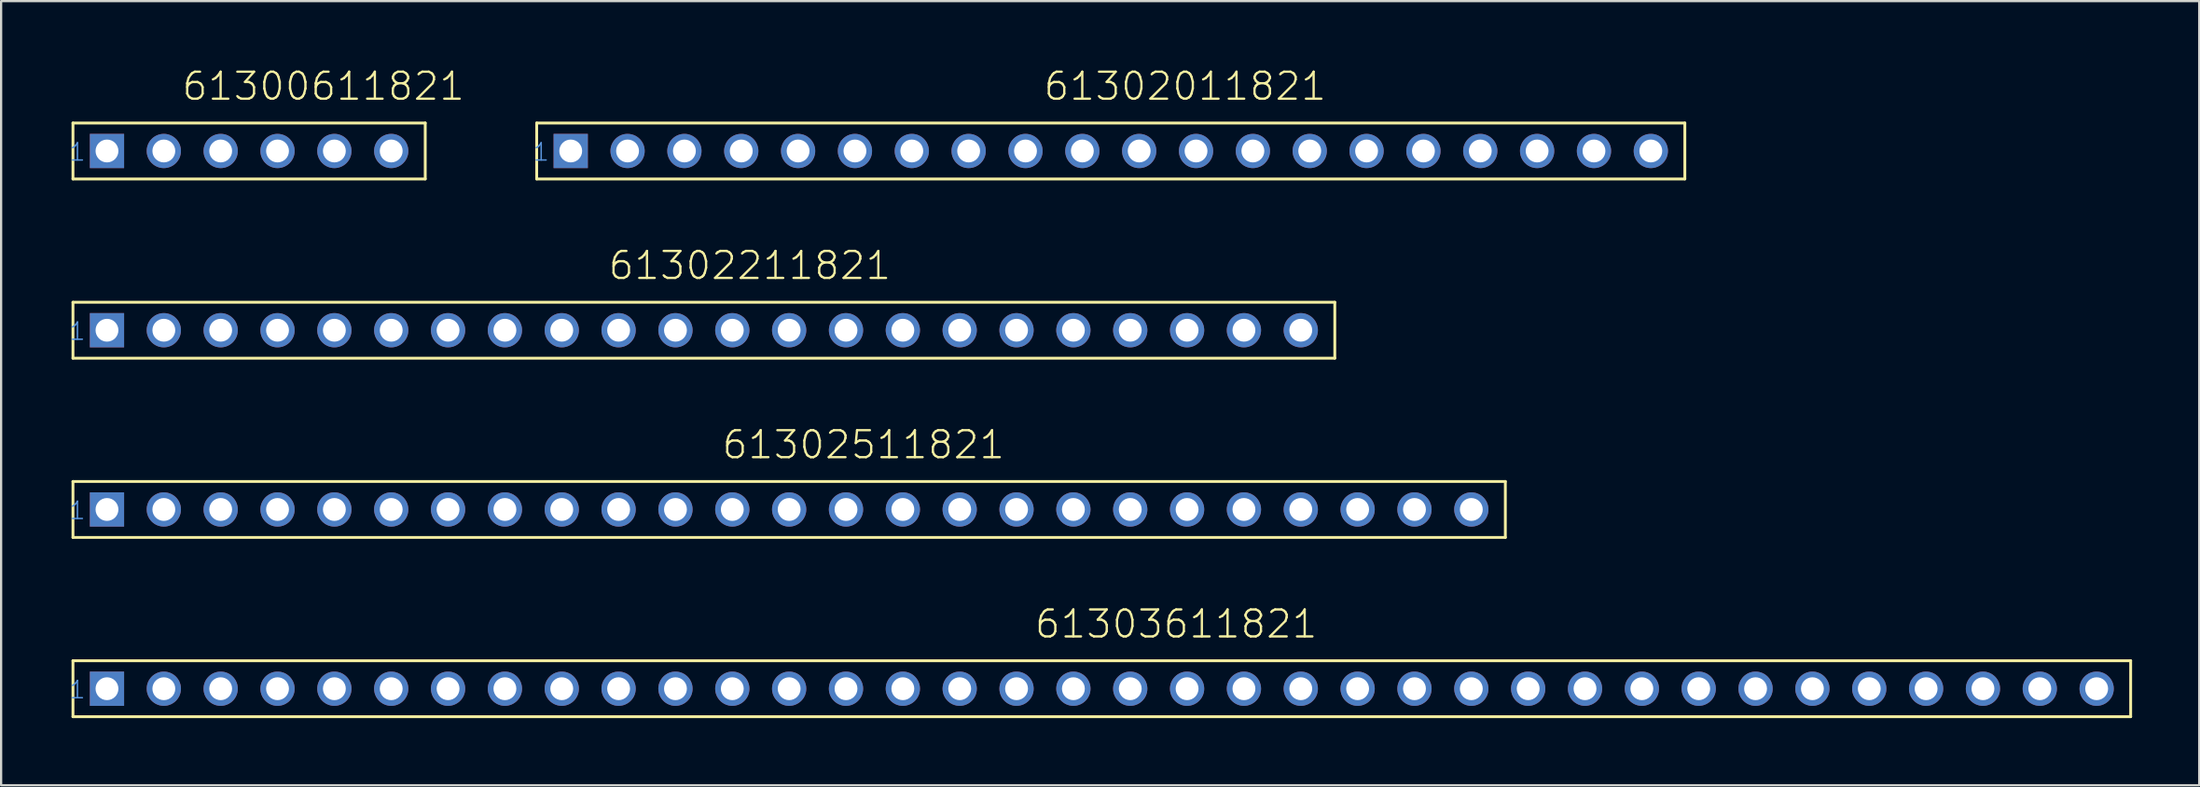
<source format=kicad_pcb>
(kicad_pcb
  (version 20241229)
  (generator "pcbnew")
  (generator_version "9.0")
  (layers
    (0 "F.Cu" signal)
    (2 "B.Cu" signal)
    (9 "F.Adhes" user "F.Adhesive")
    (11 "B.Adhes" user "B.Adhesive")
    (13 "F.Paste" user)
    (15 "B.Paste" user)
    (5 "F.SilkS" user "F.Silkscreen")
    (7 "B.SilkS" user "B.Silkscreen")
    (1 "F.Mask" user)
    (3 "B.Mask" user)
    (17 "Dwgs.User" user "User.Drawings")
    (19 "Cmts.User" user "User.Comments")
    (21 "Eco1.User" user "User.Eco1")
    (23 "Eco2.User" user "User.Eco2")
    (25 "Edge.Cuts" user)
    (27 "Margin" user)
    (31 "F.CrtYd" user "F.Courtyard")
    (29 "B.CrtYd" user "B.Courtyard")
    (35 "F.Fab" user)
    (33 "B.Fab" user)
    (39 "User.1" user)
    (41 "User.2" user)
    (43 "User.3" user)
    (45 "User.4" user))
  (footprint "61302211821"
    (layer "F.Cu")
    (at 28.4 11.707)
    (property "Reference" "61302211821" (at -4.333 -2.185 0) (layer "F.SilkS") (effects (font (size 1.206 1.206) (thickness 0.102)) (justify left bottom)))
    (attr through_hole)
    (fp_line (start -28.19 -1.25) (end -28.19 1.25) (stroke (width 0.127) (type solid)) (layer "F.SilkS"))
    (fp_line (start -28.19 1.25) (end 28.19 1.25) (stroke (width 0.127) (type solid)) (layer "F.SilkS"))
    (fp_line (start 28.19 -1.25) (end -28.19 -1.25) (stroke (width 0.127) (type solid)) (layer "F.SilkS"))
    (fp_line (start 28.19 1.25) (end 28.19 -1.25) (stroke (width 0.127) (type solid)) (layer "F.SilkS"))
    (fp_text user "1" (at -28.4 0.5 0) (layer "Cmts.User") (effects (font (size 0.772 0.772) (thickness 0.065)) (justify left bottom)))
    (pad "1" thru_hole rect (at -26.67 0) (size 1.53 1.53) (drill 1.02) (layers "*.Cu" "*.Mask"))
    (pad "2" thru_hole circle (at -24.13 0) (size 1.53 1.53) (drill 1.02) (layers "*.Cu" "*.Mask"))
    (pad "3" thru_hole circle (at -21.59 0) (size 1.53 1.53) (drill 1.02) (layers "*.Cu" "*.Mask"))
    (pad "4" thru_hole circle (at -19.05 0) (size 1.53 1.53) (drill 1.02) (layers "*.Cu" "*.Mask"))
    (pad "5" thru_hole circle (at -16.51 0) (size 1.53 1.53) (drill 1.02) (layers "*.Cu" "*.Mask"))
    (pad "6" thru_hole circle (at -13.97 0) (size 1.53 1.53) (drill 1.02) (layers "*.Cu" "*.Mask"))
    (pad "7" thru_hole circle (at -11.43 0) (size 1.53 1.53) (drill 1.02) (layers "*.Cu" "*.Mask"))
    (pad "8" thru_hole circle (at -8.89 0) (size 1.53 1.53) (drill 1.02) (layers "*.Cu" "*.Mask"))
    (pad "9" thru_hole circle (at -6.35 0) (size 1.53 1.53) (drill 1.02) (layers "*.Cu" "*.Mask"))
    (pad "10" thru_hole circle (at -3.81 0) (size 1.53 1.53) (drill 1.02) (layers "*.Cu" "*.Mask"))
    (pad "11" thru_hole circle (at -1.27 0) (size 1.53 1.53) (drill 1.02) (layers "*.Cu" "*.Mask"))
    (pad "12" thru_hole circle (at 1.27 0) (size 1.53 1.53) (drill 1.02) (layers "*.Cu" "*.Mask"))
    (pad "13" thru_hole circle (at 3.81 0) (size 1.53 1.53) (drill 1.02) (layers "*.Cu" "*.Mask"))
    (pad "14" thru_hole circle (at 6.35 0) (size 1.53 1.53) (drill 1.02) (layers "*.Cu" "*.Mask"))
    (pad "15" thru_hole circle (at 8.89 0) (size 1.53 1.53) (drill 1.02) (layers "*.Cu" "*.Mask"))
    (pad "16" thru_hole circle (at 11.43 0) (size 1.53 1.53) (drill 1.02) (layers "*.Cu" "*.Mask"))
    (pad "17" thru_hole circle (at 13.97 0) (size 1.53 1.53) (drill 1.02) (layers "*.Cu" "*.Mask"))
    (pad "18" thru_hole circle (at 16.51 0) (size 1.53 1.53) (drill 1.02) (layers "*.Cu" "*.Mask"))
    (pad "19" thru_hole circle (at 19.05 0) (size 1.53 1.53) (drill 1.02) (layers "*.Cu" "*.Mask"))
    (pad "20" thru_hole circle (at 21.59 0) (size 1.53 1.53) (drill 1.02) (layers "*.Cu" "*.Mask"))
    (pad "21" thru_hole circle (at 24.13 0) (size 1.53 1.53) (drill 1.02) (layers "*.Cu" "*.Mask"))
    (pad "22" thru_hole circle (at 26.67 0) (size 1.53 1.53) (drill 1.02) (layers "*.Cu" "*.Mask")))
  (footprint "61302511821"
    (layer "F.Cu")
    (at 32.21 19.717)
    (property "Reference" "61302511821" (at -3.063 -2.185 0) (layer "F.SilkS") (effects (font (size 1.206 1.206) (thickness 0.102)) (justify left bottom)))
    (attr through_hole)
    (fp_line (start -32 -1.25) (end -32 1.25) (stroke (width 0.127) (type solid)) (layer "F.SilkS"))
    (fp_line (start -32 1.25) (end 32 1.25) (stroke (width 0.127) (type solid)) (layer "F.SilkS"))
    (fp_line (start 32 -1.25) (end -32 -1.25) (stroke (width 0.127) (type solid)) (layer "F.SilkS"))
    (fp_line (start 32 1.25) (end 32 -1.25) (stroke (width 0.127) (type solid)) (layer "F.SilkS"))
    (fp_text user "1" (at -32.21 0.5 0) (layer "Cmts.User") (effects (font (size 0.772 0.772) (thickness 0.065)) (justify left bottom)))
    (pad "1" thru_hole rect (at -30.48 0) (size 1.53 1.53) (drill 1.02) (layers "*.Cu" "*.Mask"))
    (pad "2" thru_hole circle (at -27.94 0) (size 1.53 1.53) (drill 1.02) (layers "*.Cu" "*.Mask"))
    (pad "3" thru_hole circle (at -25.4 0) (size 1.53 1.53) (drill 1.02) (layers "*.Cu" "*.Mask"))
    (pad "4" thru_hole circle (at -22.86 0) (size 1.53 1.53) (drill 1.02) (layers "*.Cu" "*.Mask"))
    (pad "5" thru_hole circle (at -20.32 0) (size 1.53 1.53) (drill 1.02) (layers "*.Cu" "*.Mask"))
    (pad "6" thru_hole circle (at -17.78 0) (size 1.53 1.53) (drill 1.02) (layers "*.Cu" "*.Mask"))
    (pad "7" thru_hole circle (at -15.24 0) (size 1.53 1.53) (drill 1.02) (layers "*.Cu" "*.Mask"))
    (pad "8" thru_hole circle (at -12.7 0) (size 1.53 1.53) (drill 1.02) (layers "*.Cu" "*.Mask"))
    (pad "9" thru_hole circle (at -10.16 0) (size 1.53 1.53) (drill 1.02) (layers "*.Cu" "*.Mask"))
    (pad "10" thru_hole circle (at -7.62 0) (size 1.53 1.53) (drill 1.02) (layers "*.Cu" "*.Mask"))
    (pad "11" thru_hole circle (at -5.08 0) (size 1.53 1.53) (drill 1.02) (layers "*.Cu" "*.Mask"))
    (pad "12" thru_hole circle (at -2.54 0) (size 1.53 1.53) (drill 1.02) (layers "*.Cu" "*.Mask"))
    (pad "13" thru_hole circle (at 0 0) (size 1.53 1.53) (drill 1.02) (layers "*.Cu" "*.Mask"))
    (pad "14" thru_hole circle (at 2.54 0) (size 1.53 1.53) (drill 1.02) (layers "*.Cu" "*.Mask"))
    (pad "15" thru_hole circle (at 5.08 0) (size 1.53 1.53) (drill 1.02) (layers "*.Cu" "*.Mask"))
    (pad "16" thru_hole circle (at 7.62 0) (size 1.53 1.53) (drill 1.02) (layers "*.Cu" "*.Mask"))
    (pad "17" thru_hole circle (at 10.16 0) (size 1.53 1.53) (drill 1.02) (layers "*.Cu" "*.Mask"))
    (pad "18" thru_hole circle (at 12.7 0) (size 1.53 1.53) (drill 1.02) (layers "*.Cu" "*.Mask"))
    (pad "19" thru_hole circle (at 15.24 0) (size 1.53 1.53) (drill 1.02) (layers "*.Cu" "*.Mask"))
    (pad "20" thru_hole circle (at 17.78 0) (size 1.53 1.53) (drill 1.02) (layers "*.Cu" "*.Mask"))
    (pad "21" thru_hole circle (at 20.32 0) (size 1.53 1.53) (drill 1.02) (layers "*.Cu" "*.Mask"))
    (pad "22" thru_hole circle (at 22.86 0) (size 1.53 1.53) (drill 1.02) (layers "*.Cu" "*.Mask"))
    (pad "23" thru_hole circle (at 25.4 0) (size 1.53 1.53) (drill 1.02) (layers "*.Cu" "*.Mask"))
    (pad "24" thru_hole circle (at 27.94 0) (size 1.53 1.53) (drill 1.02) (layers "*.Cu" "*.Mask"))
    (pad "25" thru_hole circle (at 30.48 0) (size 1.53 1.53) (drill 1.02) (layers "*.Cu" "*.Mask")))
  (footprint "61302011821"
    (layer "F.Cu")
    (at 46.58 3.697)
    (property "Reference" "61302011821" (at -3.063 -2.185 0) (layer "F.SilkS") (effects (font (size 1.206 1.206) (thickness 0.102)) (justify left bottom)))
    (attr through_hole)
    (fp_line (start -25.65 -1.25) (end -25.65 1.25) (stroke (width 0.127) (type solid)) (layer "F.SilkS"))
    (fp_line (start -25.65 1.25) (end 25.65 1.25) (stroke (width 0.127) (type solid)) (layer "F.SilkS"))
    (fp_line (start 25.65 -1.25) (end -25.65 -1.25) (stroke (width 0.127) (type solid)) (layer "F.SilkS"))
    (fp_line (start 25.65 1.25) (end 25.65 -1.25) (stroke (width 0.127) (type solid)) (layer "F.SilkS"))
    (fp_text user "1" (at -25.86 0.5 0) (layer "Cmts.User") (effects (font (size 0.772 0.772) (thickness 0.065)) (justify left bottom)))
    (pad "1" thru_hole rect (at -24.13 0) (size 1.53 1.53) (drill 1.02) (layers "*.Cu" "*.Mask"))
    (pad "2" thru_hole circle (at -21.59 0) (size 1.53 1.53) (drill 1.02) (layers "*.Cu" "*.Mask"))
    (pad "3" thru_hole circle (at -19.05 0) (size 1.53 1.53) (drill 1.02) (layers "*.Cu" "*.Mask"))
    (pad "4" thru_hole circle (at -16.51 0) (size 1.53 1.53) (drill 1.02) (layers "*.Cu" "*.Mask"))
    (pad "5" thru_hole circle (at -13.97 0) (size 1.53 1.53) (drill 1.02) (layers "*.Cu" "*.Mask"))
    (pad "6" thru_hole circle (at -11.43 0) (size 1.53 1.53) (drill 1.02) (layers "*.Cu" "*.Mask"))
    (pad "7" thru_hole circle (at -8.89 0) (size 1.53 1.53) (drill 1.02) (layers "*.Cu" "*.Mask"))
    (pad "8" thru_hole circle (at -6.35 0) (size 1.53 1.53) (drill 1.02) (layers "*.Cu" "*.Mask"))
    (pad "9" thru_hole circle (at -3.81 0) (size 1.53 1.53) (drill 1.02) (layers "*.Cu" "*.Mask"))
    (pad "10" thru_hole circle (at -1.27 0) (size 1.53 1.53) (drill 1.02) (layers "*.Cu" "*.Mask"))
    (pad "11" thru_hole circle (at 1.27 0) (size 1.53 1.53) (drill 1.02) (layers "*.Cu" "*.Mask"))
    (pad "12" thru_hole circle (at 3.81 0) (size 1.53 1.53) (drill 1.02) (layers "*.Cu" "*.Mask"))
    (pad "13" thru_hole circle (at 6.35 0) (size 1.53 1.53) (drill 1.02) (layers "*.Cu" "*.Mask"))
    (pad "14" thru_hole circle (at 8.89 0) (size 1.53 1.53) (drill 1.02) (layers "*.Cu" "*.Mask"))
    (pad "15" thru_hole circle (at 11.43 0) (size 1.53 1.53) (drill 1.02) (layers "*.Cu" "*.Mask"))
    (pad "16" thru_hole circle (at 13.97 0) (size 1.53 1.53) (drill 1.02) (layers "*.Cu" "*.Mask"))
    (pad "17" thru_hole circle (at 16.51 0) (size 1.53 1.53) (drill 1.02) (layers "*.Cu" "*.Mask"))
    (pad "18" thru_hole circle (at 19.05 0) (size 1.53 1.53) (drill 1.02) (layers "*.Cu" "*.Mask"))
    (pad "19" thru_hole circle (at 21.59 0) (size 1.53 1.53) (drill 1.02) (layers "*.Cu" "*.Mask"))
    (pad "20" thru_hole circle (at 24.13 0) (size 1.53 1.53) (drill 1.02) (layers "*.Cu" "*.Mask")))
  (footprint "61303611821"
    (layer "F.Cu")
    (at 46.18 27.727)
    (property "Reference" "61303611821" (at -3.063 -2.185 0) (layer "F.SilkS") (effects (font (size 1.206 1.206) (thickness 0.102)) (justify left bottom)))
    (attr through_hole)
    (fp_line (start -45.97 -1.25) (end -45.97 1.25) (stroke (width 0.127) (type solid)) (layer "F.SilkS"))
    (fp_line (start -45.97 1.25) (end 45.97 1.25) (stroke (width 0.127) (type solid)) (layer "F.SilkS"))
    (fp_line (start 45.97 -1.25) (end -45.97 -1.25) (stroke (width 0.127) (type solid)) (layer "F.SilkS"))
    (fp_line (start 45.97 1.25) (end 45.97 -1.25) (stroke (width 0.127) (type solid)) (layer "F.SilkS"))
    (fp_text user "1" (at -46.18 0.5 0) (layer "Cmts.User") (effects (font (size 0.772 0.772) (thickness 0.065)) (justify left bottom)))
    (pad "1" thru_hole rect (at -44.45 0) (size 1.53 1.53) (drill 1.02) (layers "*.Cu" "*.Mask"))
    (pad "2" thru_hole circle (at -41.91 0) (size 1.53 1.53) (drill 1.02) (layers "*.Cu" "*.Mask"))
    (pad "3" thru_hole circle (at -39.37 0) (size 1.53 1.53) (drill 1.02) (layers "*.Cu" "*.Mask"))
    (pad "4" thru_hole circle (at -36.83 0) (size 1.53 1.53) (drill 1.02) (layers "*.Cu" "*.Mask"))
    (pad "5" thru_hole circle (at -34.29 0) (size 1.53 1.53) (drill 1.02) (layers "*.Cu" "*.Mask"))
    (pad "6" thru_hole circle (at -31.75 0) (size 1.53 1.53) (drill 1.02) (layers "*.Cu" "*.Mask"))
    (pad "7" thru_hole circle (at -29.21 0) (size 1.53 1.53) (drill 1.02) (layers "*.Cu" "*.Mask"))
    (pad "8" thru_hole circle (at -26.67 0) (size 1.53 1.53) (drill 1.02) (layers "*.Cu" "*.Mask"))
    (pad "9" thru_hole circle (at -24.13 0) (size 1.53 1.53) (drill 1.02) (layers "*.Cu" "*.Mask"))
    (pad "10" thru_hole circle (at -21.59 0) (size 1.53 1.53) (drill 1.02) (layers "*.Cu" "*.Mask"))
    (pad "11" thru_hole circle (at -19.05 0) (size 1.53 1.53) (drill 1.02) (layers "*.Cu" "*.Mask"))
    (pad "12" thru_hole circle (at -16.51 0) (size 1.53 1.53) (drill 1.02) (layers "*.Cu" "*.Mask"))
    (pad "13" thru_hole circle (at -13.97 0) (size 1.53 1.53) (drill 1.02) (layers "*.Cu" "*.Mask"))
    (pad "14" thru_hole circle (at -11.43 0) (size 1.53 1.53) (drill 1.02) (layers "*.Cu" "*.Mask"))
    (pad "15" thru_hole circle (at -8.89 0) (size 1.53 1.53) (drill 1.02) (layers "*.Cu" "*.Mask"))
    (pad "16" thru_hole circle (at -6.35 0) (size 1.53 1.53) (drill 1.02) (layers "*.Cu" "*.Mask"))
    (pad "17" thru_hole circle (at -3.81 0) (size 1.53 1.53) (drill 1.02) (layers "*.Cu" "*.Mask"))
    (pad "18" thru_hole circle (at -1.27 0) (size 1.53 1.53) (drill 1.02) (layers "*.Cu" "*.Mask"))
    (pad "19" thru_hole circle (at 1.27 0) (size 1.53 1.53) (drill 1.02) (layers "*.Cu" "*.Mask"))
    (pad "20" thru_hole circle (at 3.81 0) (size 1.53 1.53) (drill 1.02) (layers "*.Cu" "*.Mask"))
    (pad "21" thru_hole circle (at 6.35 0) (size 1.53 1.53) (drill 1.02) (layers "*.Cu" "*.Mask"))
    (pad "22" thru_hole circle (at 8.89 0) (size 1.53 1.53) (drill 1.02) (layers "*.Cu" "*.Mask"))
    (pad "23" thru_hole circle (at 11.43 0) (size 1.53 1.53) (drill 1.02) (layers "*.Cu" "*.Mask"))
    (pad "24" thru_hole circle (at 13.97 0) (size 1.53 1.53) (drill 1.02) (layers "*.Cu" "*.Mask"))
    (pad "25" thru_hole circle (at 16.51 0) (size 1.53 1.53) (drill 1.02) (layers "*.Cu" "*.Mask"))
    (pad "26" thru_hole circle (at 19.05 0) (size 1.53 1.53) (drill 1.02) (layers "*.Cu" "*.Mask"))
    (pad "27" thru_hole circle (at 21.59 0) (size 1.53 1.53) (drill 1.02) (layers "*.Cu" "*.Mask"))
    (pad "28" thru_hole circle (at 24.13 0) (size 1.53 1.53) (drill 1.02) (layers "*.Cu" "*.Mask"))
    (pad "29" thru_hole circle (at 26.67 0) (size 1.53 1.53) (drill 1.02) (layers "*.Cu" "*.Mask"))
    (pad "30" thru_hole circle (at 29.21 0) (size 1.53 1.53) (drill 1.02) (layers "*.Cu" "*.Mask"))
    (pad "31" thru_hole circle (at 31.75 0) (size 1.53 1.53) (drill 1.02) (layers "*.Cu" "*.Mask"))
    (pad "32" thru_hole circle (at 34.29 0) (size 1.53 1.53) (drill 1.02) (layers "*.Cu" "*.Mask"))
    (pad "33" thru_hole circle (at 36.83 0) (size 1.53 1.53) (drill 1.02) (layers "*.Cu" "*.Mask"))
    (pad "34" thru_hole circle (at 39.37 0) (size 1.53 1.53) (drill 1.02) (layers "*.Cu" "*.Mask"))
    (pad "35" thru_hole circle (at 41.91 0) (size 1.53 1.53) (drill 1.02) (layers "*.Cu" "*.Mask"))
    (pad "36" thru_hole circle (at 44.45 0) (size 1.53 1.53) (drill 1.02) (layers "*.Cu" "*.Mask")))
  (footprint "61300611821"
    (layer "F.Cu")
    (at 8.08 3.697)
    (property "Reference" "61300611821" (at -3.063 -2.185 0) (layer "F.SilkS") (effects (font (size 1.206 1.206) (thickness 0.102)) (justify left bottom)))
    (attr through_hole)
    (fp_line (start -7.87 -1.25) (end -7.87 1.25) (stroke (width 0.127) (type solid)) (layer "F.SilkS"))
    (fp_line (start -7.87 1.25) (end 7.87 1.25) (stroke (width 0.127) (type solid)) (layer "F.SilkS"))
    (fp_line (start 7.87 -1.25) (end -7.87 -1.25) (stroke (width 0.127) (type solid)) (layer "F.SilkS"))
    (fp_line (start 7.87 1.25) (end 7.87 -1.25) (stroke (width 0.127) (type solid)) (layer "F.SilkS"))
    (fp_text user "1" (at -8.08 0.5 0) (layer "Cmts.User") (effects (font (size 0.772 0.772) (thickness 0.065)) (justify left bottom)))
    (pad "1" thru_hole rect (at -6.35 0) (size 1.53 1.53) (drill 1.02) (layers "*.Cu" "*.Mask"))
    (pad "2" thru_hole circle (at -3.81 0) (size 1.53 1.53) (drill 1.02) (layers "*.Cu" "*.Mask"))
    (pad "3" thru_hole circle (at -1.27 0) (size 1.53 1.53) (drill 1.02) (layers "*.Cu" "*.Mask"))
    (pad "4" thru_hole circle (at 1.27 0) (size 1.53 1.53) (drill 1.02) (layers "*.Cu" "*.Mask"))
    (pad "5" thru_hole circle (at 3.81 0) (size 1.53 1.53) (drill 1.02) (layers "*.Cu" "*.Mask"))
    (pad "6" thru_hole circle (at 6.35 0) (size 1.53 1.53) (drill 1.02) (layers "*.Cu" "*.Mask")))
  (gr_rect
    (start -3 -3)
    (end 95.213 32.04)
    (stroke (width 0.1) (type default))
    (fill no)
    (layer "Edge.Cuts")))
</source>
